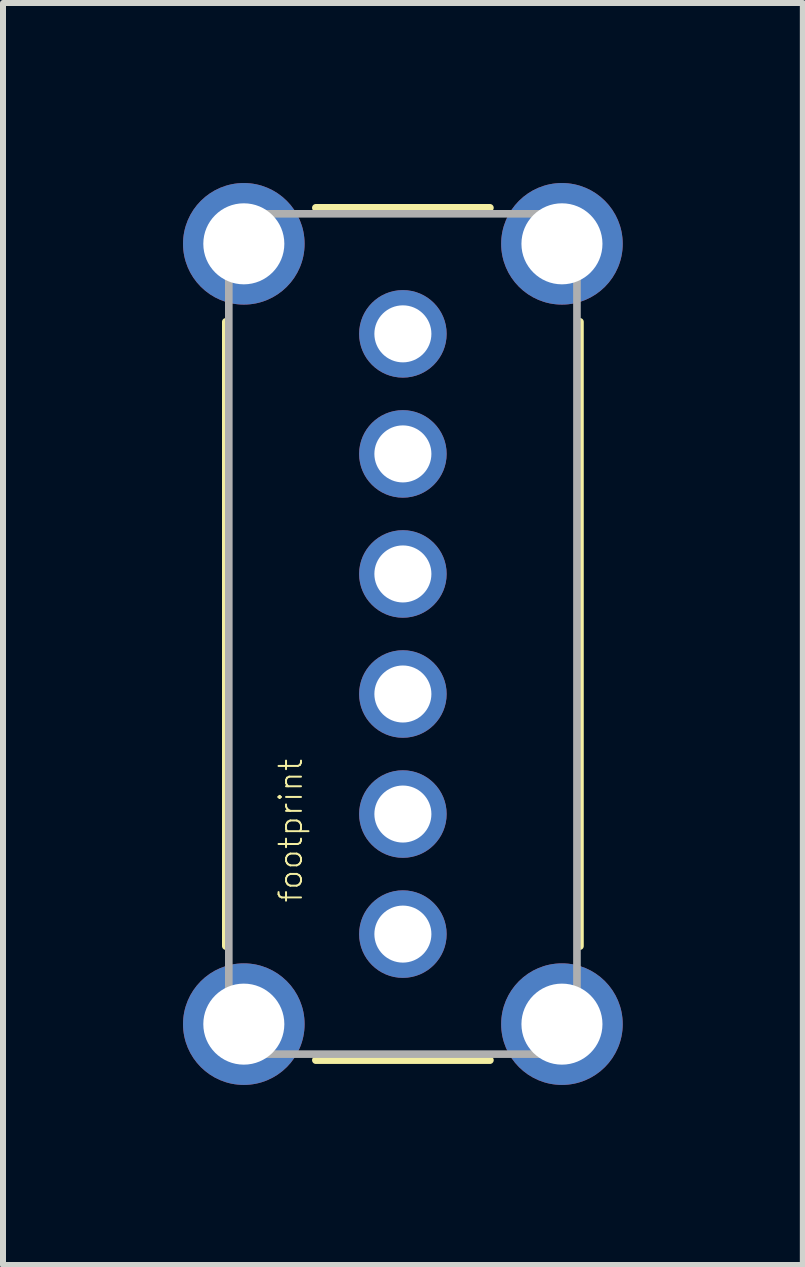
<source format=kicad_pcb>
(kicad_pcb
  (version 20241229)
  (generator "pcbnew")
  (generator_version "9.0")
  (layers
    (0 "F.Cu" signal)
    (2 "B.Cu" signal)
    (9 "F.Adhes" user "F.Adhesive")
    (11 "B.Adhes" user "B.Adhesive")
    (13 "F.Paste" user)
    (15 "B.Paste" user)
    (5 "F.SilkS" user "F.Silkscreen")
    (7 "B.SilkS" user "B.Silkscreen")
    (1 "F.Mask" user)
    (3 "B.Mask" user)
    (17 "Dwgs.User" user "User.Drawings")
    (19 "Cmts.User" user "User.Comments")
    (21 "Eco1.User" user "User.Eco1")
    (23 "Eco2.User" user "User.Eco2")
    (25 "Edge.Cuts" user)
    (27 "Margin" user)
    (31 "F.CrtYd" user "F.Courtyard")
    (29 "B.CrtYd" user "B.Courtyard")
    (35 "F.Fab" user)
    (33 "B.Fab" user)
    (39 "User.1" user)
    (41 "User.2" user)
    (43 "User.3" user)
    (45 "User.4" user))
  (footprint "footprint"
    (layer "F.Cu")
    (at 1.012 14.012)
    (property "Reference" "footprint" (at 1 -2 90) (layer "F.SilkS") (effects (font (size 0.374 0.374) (thickness 0.033)) (justify left bottom)))
    (fp_line (start -0.3 -11.7) (end -0.3 -1.3) (stroke (width 0.127) (type solid)) (layer "F.SilkS"))
    (fp_line (start 1.2 -13.6) (end 4.1 -13.6) (stroke (width 0.127) (type solid)) (layer "F.SilkS"))
    (fp_line (start 1.2 0.6) (end 4.1 0.6) (stroke (width 0.127) (type solid)) (layer "F.SilkS"))
    (fp_line (start 5.6 -11.7) (end 5.6 -1.3) (stroke (width 0.127) (type solid)) (layer "F.SilkS"))
    (fp_line (start -0.25 -13.5) (end -0.25 0.5) (stroke (width 0.127) (type solid)) (layer "F.Fab"))
    (fp_line (start -0.25 -13.5) (end 5.55 -13.5) (stroke (width 0.127) (type solid)) (layer "F.Fab"))
    (fp_line (start -0.25 0.5) (end 5.55 0.5) (stroke (width 0.127) (type solid)) (layer "F.Fab"))
    (fp_line (start 5.55 -13.5) (end 5.55 0.5) (stroke (width 0.127) (type solid)) (layer "F.Fab"))
    (pad "1" thru_hole circle (at 2.65 -11.5) (size 1.458 1.458) (drill 0.95) (layers "*.Cu" "*.Mask"))
    (pad "2" thru_hole circle (at 2.65 -9.5) (size 1.458 1.458) (drill 0.95) (layers "*.Cu" "*.Mask"))
    (pad "3" thru_hole circle (at 2.65 -7.5) (size 1.458 1.458) (drill 0.95) (layers "*.Cu" "*.Mask"))
    (pad "4" thru_hole circle (at 2.65 -5.5) (size 1.458 1.458) (drill 0.95) (layers "*.Cu" "*.Mask"))
    (pad "5" thru_hole circle (at 2.65 -3.5) (size 1.458 1.458) (drill 0.95) (layers "*.Cu" "*.Mask"))
    (pad "6" thru_hole circle (at 2.65 -1.5) (size 1.458 1.458) (drill 0.95) (layers "*.Cu" "*.Mask"))
    (pad "NC@1" thru_hole circle (at 0 -13) (size 2.025 2.025) (drill 1.35) (layers "*.Cu" "*.Mask"))
    (pad "NC@2" thru_hole circle (at 5.3 -13) (size 2.025 2.025) (drill 1.35) (layers "*.Cu" "*.Mask"))
    (pad "NC@3" thru_hole circle (at 0 0) (size 2.025 2.025) (drill 1.35) (layers "*.Cu" "*.Mask"))
    (pad "NC@4" thru_hole circle (at 5.3 0) (size 2.025 2.025) (drill 1.35) (layers "*.Cu" "*.Mask")))
  (gr_rect
    (start -3 -3)
    (end 10.325 18.025)
    (stroke (width 0.1) (type default))
    (fill no)
    (layer "Edge.Cuts")))
</source>
